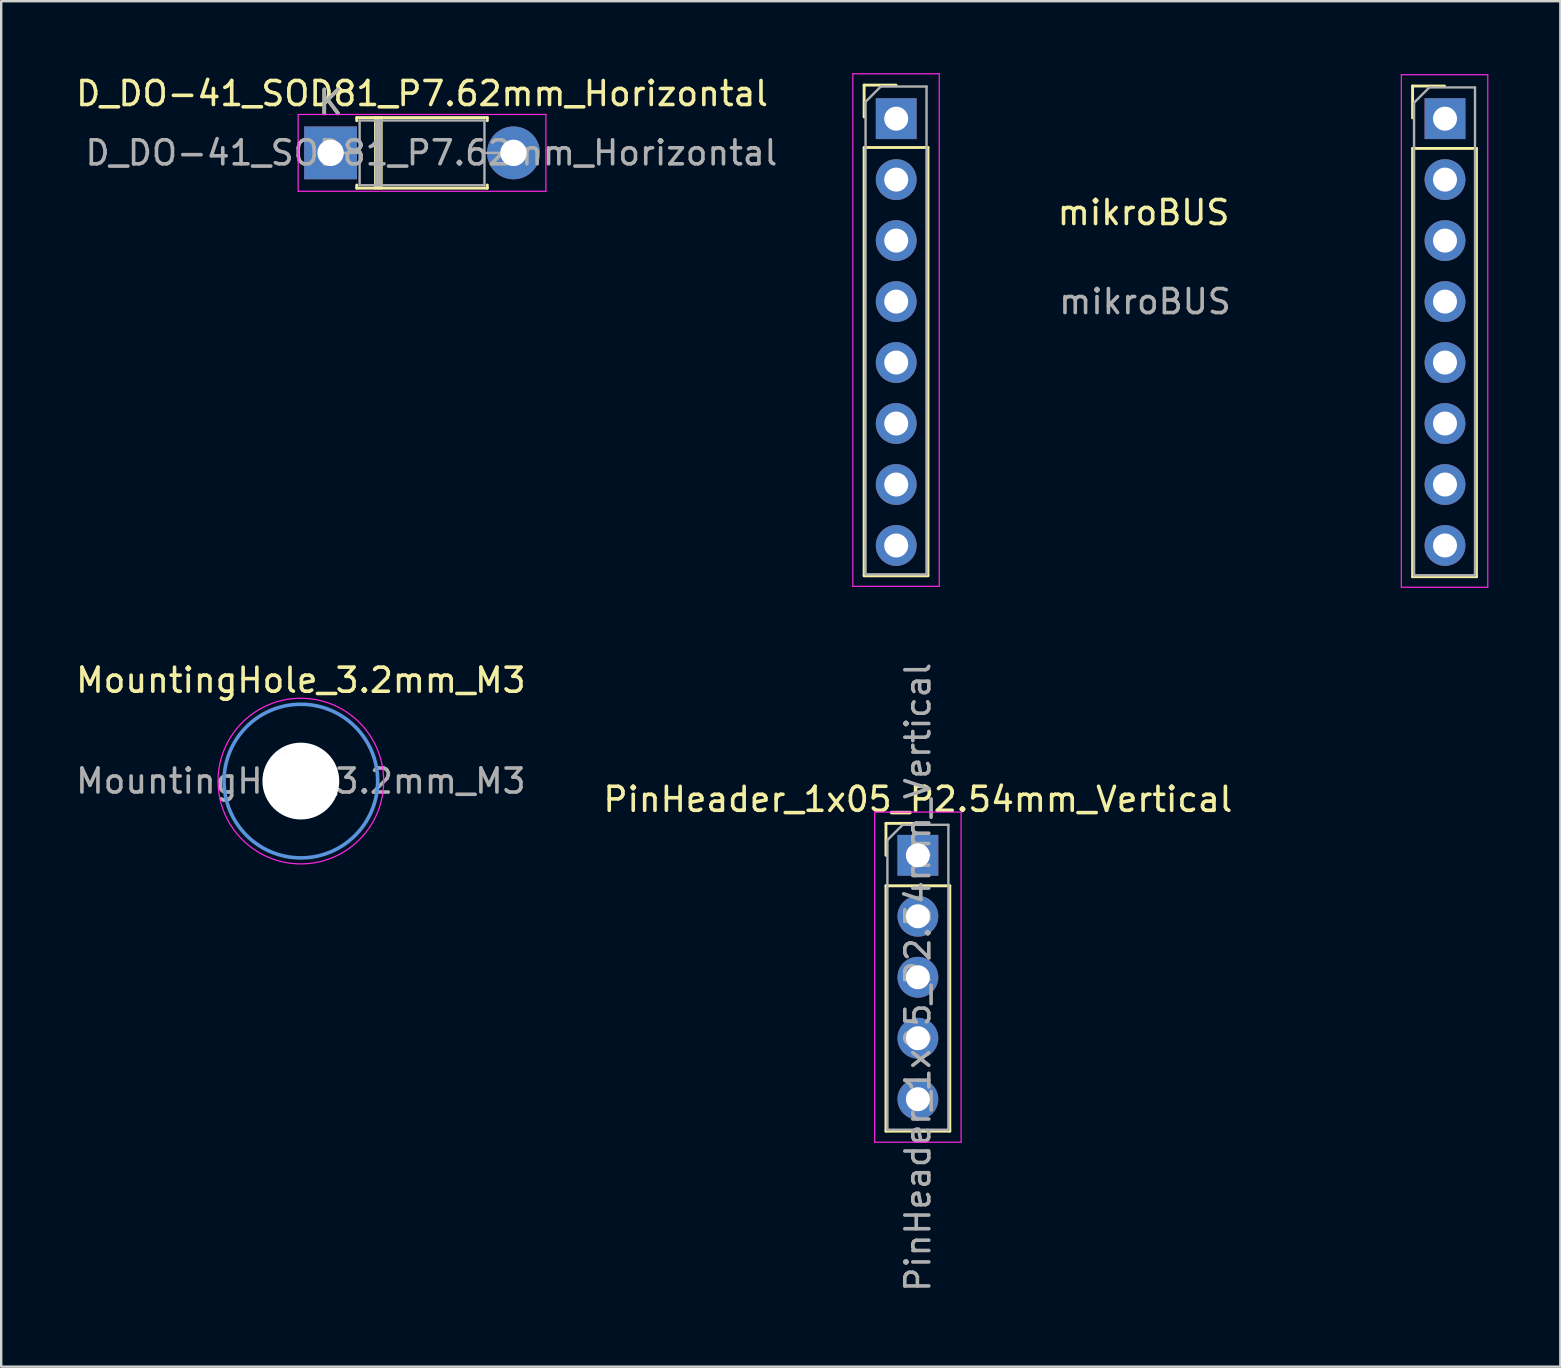
<source format=kicad_pcb>
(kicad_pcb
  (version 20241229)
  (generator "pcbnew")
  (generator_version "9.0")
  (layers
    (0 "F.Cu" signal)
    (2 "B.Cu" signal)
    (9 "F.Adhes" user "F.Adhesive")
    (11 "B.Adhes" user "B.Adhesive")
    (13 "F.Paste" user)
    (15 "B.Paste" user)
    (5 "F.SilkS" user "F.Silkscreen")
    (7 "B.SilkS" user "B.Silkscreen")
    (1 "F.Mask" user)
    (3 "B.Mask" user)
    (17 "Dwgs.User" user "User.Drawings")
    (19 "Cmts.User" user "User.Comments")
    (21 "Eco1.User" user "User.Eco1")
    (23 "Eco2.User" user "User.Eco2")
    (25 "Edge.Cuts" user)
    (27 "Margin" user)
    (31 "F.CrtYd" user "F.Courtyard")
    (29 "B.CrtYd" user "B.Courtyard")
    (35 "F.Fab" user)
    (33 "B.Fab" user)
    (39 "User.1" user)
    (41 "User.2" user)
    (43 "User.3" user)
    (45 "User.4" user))
  (footprint "MountingHole_3.2mm_M3"
    (layer "F.Cu")
    (at 9.482 29.486)
    (property "Reference" "MountingHole_3.2mm_M3" (at 0 -4.2 0) (layer "F.SilkS") (effects (font (size 1 1) (thickness 0.15))))
    (attr exclude_from_pos_files)
    (fp_circle (center 0 0) (end 3.2 0) (stroke (width 0.15) (type solid)) (fill no) (layer "Cmts.User"))
    (fp_circle (center 0 0) (end 3.45 0) (stroke (width 0.05) (type solid)) (fill no) (layer "F.CrtYd"))
    (fp_text user "${REFERENCE}" (at 0 0 0) (layer "F.Fab") (effects (font (size 1 1) (thickness 0.15))))
    (pad "" np_thru_hole circle (at 0 0) (size 3.2 3.2) (drill 3.2) (layers "*.Cu" "*.Mask")))
  (footprint "D_DO-41_SOD81_P7.62mm_Horizontal"
    (layer "F.Cu")
    (at 10.72 3.318)
    (property "Reference" "D_DO-41_SOD81_P7.62mm_Horizontal" (at 3.81 -2.47 0) (layer "F.SilkS") (effects (font (size 1 1) (thickness 0.15))))
    (attr through_hole)
    (fp_line (start 1.09 -1.47) (end 6.53 -1.47) (stroke (width 0.12) (type solid)) (layer "F.SilkS"))
    (fp_line (start 1.09 -1.34) (end 1.09 -1.47) (stroke (width 0.12) (type solid)) (layer "F.SilkS"))
    (fp_line (start 1.09 1.34) (end 1.09 1.47) (stroke (width 0.12) (type solid)) (layer "F.SilkS"))
    (fp_line (start 1.09 1.47) (end 6.53 1.47) (stroke (width 0.12) (type solid)) (layer "F.SilkS"))
    (fp_line (start 1.87 -1.47) (end 1.87 1.47) (stroke (width 0.12) (type solid)) (layer "F.SilkS"))
    (fp_line (start 1.99 -1.47) (end 1.99 1.47) (stroke (width 0.12) (type solid)) (layer "F.SilkS"))
    (fp_line (start 2.11 -1.47) (end 2.11 1.47) (stroke (width 0.12) (type solid)) (layer "F.SilkS"))
    (fp_line (start 6.53 -1.47) (end 6.53 -1.34) (stroke (width 0.12) (type solid)) (layer "F.SilkS"))
    (fp_line (start 6.53 1.47) (end 6.53 1.34) (stroke (width 0.12) (type solid)) (layer "F.SilkS"))
    (fp_line (start -1.35 -1.6) (end -1.35 1.6) (stroke (width 0.05) (type solid)) (layer "F.CrtYd"))
    (fp_line (start -1.35 1.6) (end 8.97 1.6) (stroke (width 0.05) (type solid)) (layer "F.CrtYd"))
    (fp_line (start 8.97 -1.6) (end -1.35 -1.6) (stroke (width 0.05) (type solid)) (layer "F.CrtYd"))
    (fp_line (start 8.97 1.6) (end 8.97 -1.6) (stroke (width 0.05) (type solid)) (layer "F.CrtYd"))
    (fp_line (start 0 0) (end 1.21 0) (stroke (width 0.1) (type solid)) (layer "F.Fab"))
    (fp_line (start 1.21 -1.35) (end 1.21 1.35) (stroke (width 0.1) (type solid)) (layer "F.Fab"))
    (fp_line (start 1.21 1.35) (end 6.41 1.35) (stroke (width 0.1) (type solid)) (layer "F.Fab"))
    (fp_line (start 1.89 -1.35) (end 1.89 1.35) (stroke (width 0.1) (type solid)) (layer "F.Fab"))
    (fp_line (start 1.99 -1.35) (end 1.99 1.35) (stroke (width 0.1) (type solid)) (layer "F.Fab"))
    (fp_line (start 2.09 -1.35) (end 2.09 1.35) (stroke (width 0.1) (type solid)) (layer "F.Fab"))
    (fp_line (start 6.41 -1.35) (end 1.21 -1.35) (stroke (width 0.1) (type solid)) (layer "F.Fab"))
    (fp_line (start 6.41 1.35) (end 6.41 -1.35) (stroke (width 0.1) (type solid)) (layer "F.Fab"))
    (fp_line (start 7.62 0) (end 6.41 0) (stroke (width 0.1) (type solid)) (layer "F.Fab"))
    (fp_text user "K" (at 0 -2.1 0) (layer "F.SilkS") (effects (font (size 1 1) (thickness 0.15))))
    (fp_text user "${REFERENCE}" (at 4.2 0 0) (layer "F.Fab") (effects (font (size 1 1) (thickness 0.15))))
    (fp_text user "K" (at 0 -2.1 0) (layer "F.Fab") (effects (font (size 1 1) (thickness 0.15))))
    (pad "1" thru_hole rect (at 0 0) (size 2.2 2.2) (drill 1.1) (layers "*.Cu" "*.Mask"))
    (pad "2" thru_hole oval (at 7.62 0) (size 2.2 2.2) (drill 1.1) (layers "*.Cu" "*.Mask")))
  (footprint "PinHeader_1x05_P2.54mm_Vertical"
    (layer "F.Cu")
    (at 35.185 32.578)
    (property "Reference" "PinHeader_1x05_P2.54mm_Vertical" (at 0 -2.33 0) (layer "F.SilkS") (effects (font (size 1 1) (thickness 0.15))))
    (attr through_hole)
    (fp_line (start -1.33 -1.33) (end 0 -1.33) (stroke (width 0.12) (type solid)) (layer "F.SilkS"))
    (fp_line (start -1.33 0) (end -1.33 -1.33) (stroke (width 0.12) (type solid)) (layer "F.SilkS"))
    (fp_line (start -1.33 1.27) (end -1.33 11.49) (stroke (width 0.12) (type solid)) (layer "F.SilkS"))
    (fp_line (start -1.33 1.27) (end 1.33 1.27) (stroke (width 0.12) (type solid)) (layer "F.SilkS"))
    (fp_line (start -1.33 11.49) (end 1.33 11.49) (stroke (width 0.12) (type solid)) (layer "F.SilkS"))
    (fp_line (start 1.33 1.27) (end 1.33 11.49) (stroke (width 0.12) (type solid)) (layer "F.SilkS"))
    (fp_line (start -1.8 -1.8) (end -1.8 11.95) (stroke (width 0.05) (type solid)) (layer "F.CrtYd"))
    (fp_line (start -1.8 11.95) (end 1.8 11.95) (stroke (width 0.05) (type solid)) (layer "F.CrtYd"))
    (fp_line (start 1.8 -1.8) (end -1.8 -1.8) (stroke (width 0.05) (type solid)) (layer "F.CrtYd"))
    (fp_line (start 1.8 11.95) (end 1.8 -1.8) (stroke (width 0.05) (type solid)) (layer "F.CrtYd"))
    (fp_line (start -1.27 -0.635) (end -0.635 -1.27) (stroke (width 0.1) (type solid)) (layer "F.Fab"))
    (fp_line (start -1.27 11.43) (end -1.27 -0.635) (stroke (width 0.1) (type solid)) (layer "F.Fab"))
    (fp_line (start -0.635 -1.27) (end 1.27 -1.27) (stroke (width 0.1) (type solid)) (layer "F.Fab"))
    (fp_line (start 1.27 -1.27) (end 1.27 11.43) (stroke (width 0.1) (type solid)) (layer "F.Fab"))
    (fp_line (start 1.27 11.43) (end -1.27 11.43) (stroke (width 0.1) (type solid)) (layer "F.Fab"))
    (fp_text user "${REFERENCE}" (at 0 5.08 90) (layer "F.Fab") (effects (font (size 1 1) (thickness 0.15))))
    (pad "1" thru_hole rect (at 0 0) (size 1.7 1.7) (drill 1) (layers "*.Cu" "*.Mask"))
    (pad "2" thru_hole oval (at 0 2.54) (size 1.7 1.7) (drill 1) (layers "*.Cu" "*.Mask"))
    (pad "3" thru_hole oval (at 0 5.08) (size 1.7 1.7) (drill 1) (layers "*.Cu" "*.Mask"))
    (pad "4" thru_hole oval (at 0 7.62) (size 1.7 1.7) (drill 1) (layers "*.Cu" "*.Mask"))
    (pad "5" thru_hole oval (at 0 10.16) (size 1.7 1.7) (drill 1) (layers "*.Cu" "*.Mask")))
  (footprint "mikroBUS"
    (layer "F.Cu")
    (at 44.585 6.305)
    (property "Reference" "mikroBUS" (at 0 -0.5 0) (unlocked yes) (layer "F.SilkS") (effects (font (size 1 1) (thickness 0.15))))
    (attr through_hole)
    (fp_line (start -11.64 -5.81) (end -10.31 -5.81) (stroke (width 0.12) (type solid)) (layer "F.SilkS"))
    (fp_line (start -11.64 -4.48) (end -11.64 -5.81) (stroke (width 0.12) (type solid)) (layer "F.SilkS"))
    (fp_line (start -11.64 -3.21) (end -11.64 14.63) (stroke (width 0.12) (type solid)) (layer "F.SilkS"))
    (fp_line (start -11.64 -3.21) (end -8.98 -3.21) (stroke (width 0.12) (type solid)) (layer "F.SilkS"))
    (fp_line (start -11.64 14.63) (end -8.98 14.63) (stroke (width 0.12) (type solid)) (layer "F.SilkS"))
    (fp_line (start -8.98 -3.21) (end -8.98 14.63) (stroke (width 0.12) (type solid)) (layer "F.SilkS"))
    (fp_line (start 11.207 -5.772) (end 12.537 -5.772) (stroke (width 0.12) (type solid)) (layer "F.SilkS"))
    (fp_line (start 11.207 -4.442) (end 11.207 -5.772) (stroke (width 0.12) (type solid)) (layer "F.SilkS"))
    (fp_line (start 11.207 -3.172) (end 11.207 14.668) (stroke (width 0.12) (type solid)) (layer "F.SilkS"))
    (fp_line (start 11.207 -3.172) (end 13.867 -3.172) (stroke (width 0.12) (type solid)) (layer "F.SilkS"))
    (fp_line (start 11.207 14.668) (end 13.867 14.668) (stroke (width 0.12) (type solid)) (layer "F.SilkS"))
    (fp_line (start 13.867 -3.172) (end 13.867 14.668) (stroke (width 0.12) (type solid)) (layer "F.SilkS"))
    (fp_line (start -12.11 -6.28) (end -12.11 15.07) (stroke (width 0.05) (type solid)) (layer "F.CrtYd"))
    (fp_line (start -12.11 15.07) (end -8.51 15.07) (stroke (width 0.05) (type solid)) (layer "F.CrtYd"))
    (fp_line (start -8.51 -6.28) (end -12.11 -6.28) (stroke (width 0.05) (type solid)) (layer "F.CrtYd"))
    (fp_line (start -8.51 15.07) (end -8.51 -6.28) (stroke (width 0.05) (type solid)) (layer "F.CrtYd"))
    (fp_line (start 10.738 -6.242) (end 10.738 15.107) (stroke (width 0.05) (type solid)) (layer "F.CrtYd"))
    (fp_line (start 10.738 15.107) (end 14.338 15.107) (stroke (width 0.05) (type solid)) (layer "F.CrtYd"))
    (fp_line (start 14.338 -6.242) (end 10.738 -6.242) (stroke (width 0.05) (type solid)) (layer "F.CrtYd"))
    (fp_line (start 14.338 15.107) (end 14.338 -6.242) (stroke (width 0.05) (type solid)) (layer "F.CrtYd"))
    (fp_line (start -11.58 -5.115) (end -10.945 -5.75) (stroke (width 0.1) (type solid)) (layer "F.Fab"))
    (fp_line (start -11.58 14.57) (end -11.58 -5.115) (stroke (width 0.1) (type solid)) (layer "F.Fab"))
    (fp_line (start -10.945 -5.75) (end -9.04 -5.75) (stroke (width 0.1) (type solid)) (layer "F.Fab"))
    (fp_line (start -9.04 -5.75) (end -9.04 14.57) (stroke (width 0.1) (type solid)) (layer "F.Fab"))
    (fp_line (start -9.04 14.57) (end -11.58 14.57) (stroke (width 0.1) (type solid)) (layer "F.Fab"))
    (fp_line (start 11.268 -5.077) (end 11.902 -5.713) (stroke (width 0.1) (type solid)) (layer "F.Fab"))
    (fp_line (start 11.268 14.607) (end 11.268 -5.077) (stroke (width 0.1) (type solid)) (layer "F.Fab"))
    (fp_line (start 11.902 -5.713) (end 13.807 -5.713) (stroke (width 0.1) (type solid)) (layer "F.Fab"))
    (fp_line (start 13.807 -5.713) (end 13.807 14.607) (stroke (width 0.1) (type solid)) (layer "F.Fab"))
    (fp_line (start 13.807 14.607) (end 11.268 14.607) (stroke (width 0.1) (type solid)) (layer "F.Fab"))
    (fp_text user "${REFERENCE}" (at 0.06 3.21 0) (unlocked yes) (layer "F.Fab") (effects (font (size 1 1) (thickness 0.15))))
    (pad "1" thru_hole rect (at -10.303 -4.412) (size 1.7 1.7) (drill 1) (layers "*.Cu" "*.Mask"))
    (pad "2" thru_hole oval (at -10.303 -1.873) (size 1.7 1.7) (drill 1) (layers "*.Cu" "*.Mask"))
    (pad "3" thru_hole oval (at -10.303 0.667) (size 1.7 1.7) (drill 1) (layers "*.Cu" "*.Mask"))
    (pad "4" thru_hole oval (at -10.303 3.208) (size 1.7 1.7) (drill 1) (layers "*.Cu" "*.Mask"))
    (pad "5" thru_hole oval (at -10.303 5.747) (size 1.7 1.7) (drill 1) (layers "*.Cu" "*.Mask"))
    (pad "6" thru_hole oval (at -10.303 8.287) (size 1.7 1.7) (drill 1) (layers "*.Cu" "*.Mask"))
    (pad "7" thru_hole oval (at -10.303 10.828) (size 1.7 1.7) (drill 1) (layers "*.Cu" "*.Mask"))
    (pad "8" thru_hole oval (at -10.303 13.367) (size 1.7 1.7) (drill 1) (layers "*.Cu" "*.Mask"))
    (pad "9" thru_hole oval (at 12.557 13.367) (size 1.7 1.7) (drill 1) (layers "*.Cu" "*.Mask"))
    (pad "10" thru_hole oval (at 12.557 10.828) (size 1.7 1.7) (drill 1) (layers "*.Cu" "*.Mask"))
    (pad "11" thru_hole oval (at 12.557 8.287) (size 1.7 1.7) (drill 1) (layers "*.Cu" "*.Mask"))
    (pad "12" thru_hole oval (at 12.557 5.747) (size 1.7 1.7) (drill 1) (layers "*.Cu" "*.Mask"))
    (pad "13" thru_hole oval (at 12.557 3.208) (size 1.7 1.7) (drill 1) (layers "*.Cu" "*.Mask"))
    (pad "14" thru_hole oval (at 12.557 0.667) (size 1.7 1.7) (drill 1) (layers "*.Cu" "*.Mask"))
    (pad "15" thru_hole oval (at 12.557 -1.873) (size 1.7 1.7) (drill 1) (layers "*.Cu" "*.Mask"))
    (pad "16" thru_hole rect (at 12.557 -4.412) (size 1.7 1.7) (drill 1) (layers "*.Cu" "*.Mask")))
  (gr_rect
    (start -3 -3)
    (end 61.947 53.878)
    (stroke (width 0.1) (type default))
    (fill no)
    (layer "Edge.Cuts")))
</source>
